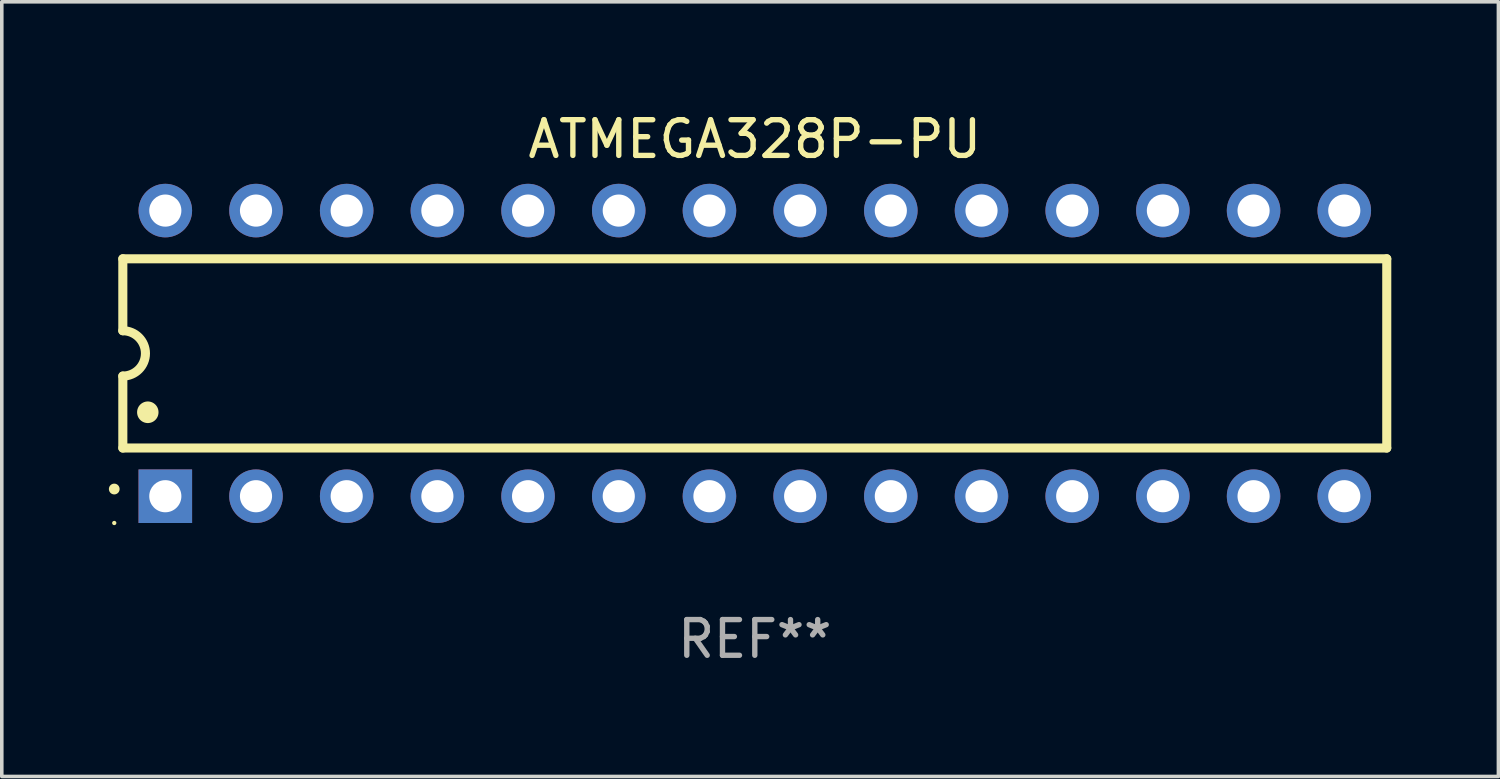
<source format=kicad_pcb>
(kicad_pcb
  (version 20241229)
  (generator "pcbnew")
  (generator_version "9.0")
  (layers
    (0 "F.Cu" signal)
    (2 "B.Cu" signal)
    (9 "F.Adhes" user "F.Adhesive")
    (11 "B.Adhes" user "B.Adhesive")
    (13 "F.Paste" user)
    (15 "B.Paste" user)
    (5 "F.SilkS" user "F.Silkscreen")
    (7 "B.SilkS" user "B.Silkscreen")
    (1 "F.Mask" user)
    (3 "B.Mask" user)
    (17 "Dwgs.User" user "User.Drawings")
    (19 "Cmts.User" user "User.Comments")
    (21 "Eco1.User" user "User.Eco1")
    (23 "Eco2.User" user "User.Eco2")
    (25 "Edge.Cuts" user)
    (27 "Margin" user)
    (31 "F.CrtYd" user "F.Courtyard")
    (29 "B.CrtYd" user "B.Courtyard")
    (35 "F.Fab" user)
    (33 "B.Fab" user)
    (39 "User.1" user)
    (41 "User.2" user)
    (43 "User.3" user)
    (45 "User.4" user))
  (footprint "ATMEGA328P-PU"
    (layer "F.Cu")
    (at 18.09 6.848)
    (property "Reference" "ATMEGA328P-PU" (at 0 -6 0) (layer "F.SilkS") (effects (font (size 1 1) (thickness 0.15))))
    (attr through_hole)
    (fp_line (start -17.7 -2.65) (end 17.7 -2.65) (stroke (width 0.254) (type solid)) (layer "F.SilkS"))
    (fp_line (start -17.7 -0.635) (end -17.7 -2.65) (stroke (width 0.254) (type solid)) (layer "F.SilkS"))
    (fp_line (start -17.7 2.65) (end -17.7 0.635) (stroke (width 0.254) (type solid)) (layer "F.SilkS"))
    (fp_line (start 17.7 -2.65) (end 17.7 2.65) (stroke (width 0.254) (type solid)) (layer "F.SilkS"))
    (fp_line (start 17.7 2.65) (end -17.7 2.65) (stroke (width 0.254) (type solid)) (layer "F.SilkS"))
    (fp_arc (start -17.940056 3.799848) (mid -17.940061 3.798578) (end -17.940056 3.797308) (stroke (width 0.3) (type solid)) (layer "F.SilkS"))
    (fp_arc (start -17.701295 -0.635001) (mid -17.066294 0) (end -17.701295 0.635001) (stroke (width 0.254001) (type solid)) (layer "F.SilkS"))
    (fp_arc (start -17.000254 1.651003) (mid -17.000265 1.648463) (end -17.000254 1.645923) (stroke (width 0.6) (type solid)) (layer "F.SilkS"))
    (fp_circle (center -17.94 4.75) (end -17.91 4.75) (stroke (width 0.06) (type solid)) (fill no) (layer "F.SilkS"))
    (fp_text user "REF**" (at 0 8 0) (layer "F.Fab") (effects (font (size 1 1) (thickness 0.15))))
    (pad "1" thru_hole rect (at -16.51 4 90) (size 1.5 1.5) (drill 0.9) (layers "*.Cu" "*.Mask"))
    (pad "2" thru_hole circle (at -13.97 4) (size 1.5 1.5) (drill 0.9) (layers "*.Cu" "*.Mask"))
    (pad "3" thru_hole circle (at -11.43 4) (size 1.5 1.5) (drill 0.9) (layers "*.Cu" "*.Mask"))
    (pad "4" thru_hole circle (at -8.89 4) (size 1.5 1.5) (drill 0.9) (layers "*.Cu" "*.Mask"))
    (pad "5" thru_hole circle (at -6.35 4) (size 1.5 1.5) (drill 0.9) (layers "*.Cu" "*.Mask"))
    (pad "6" thru_hole circle (at -3.81 4) (size 1.5 1.5) (drill 0.9) (layers "*.Cu" "*.Mask"))
    (pad "7" thru_hole circle (at -1.27 4) (size 1.5 1.5) (drill 0.9) (layers "*.Cu" "*.Mask"))
    (pad "8" thru_hole circle (at 1.27 4) (size 1.5 1.5) (drill 0.9) (layers "*.Cu" "*.Mask"))
    (pad "9" thru_hole circle (at 3.81 4) (size 1.5 1.5) (drill 0.9) (layers "*.Cu" "*.Mask"))
    (pad "10" thru_hole circle (at 6.35 4) (size 1.5 1.5) (drill 0.9) (layers "*.Cu" "*.Mask"))
    (pad "11" thru_hole circle (at 8.89 4) (size 1.5 1.5) (drill 0.9) (layers "*.Cu" "*.Mask"))
    (pad "12" thru_hole circle (at 11.43 4) (size 1.5 1.5) (drill 0.9) (layers "*.Cu" "*.Mask"))
    (pad "13" thru_hole circle (at 13.97 4) (size 1.5 1.5) (drill 0.9) (layers "*.Cu" "*.Mask"))
    (pad "14" thru_hole circle (at 16.51 4) (size 1.5 1.5) (drill 0.9) (layers "*.Cu" "*.Mask"))
    (pad "15" thru_hole circle (at 16.51 -4) (size 1.5 1.5) (drill 0.9) (layers "*.Cu" "*.Mask"))
    (pad "16" thru_hole circle (at 13.97 -4) (size 1.5 1.5) (drill 0.9) (layers "*.Cu" "*.Mask"))
    (pad "17" thru_hole circle (at 11.43 -4) (size 1.5 1.5) (drill 0.9) (layers "*.Cu" "*.Mask"))
    (pad "18" thru_hole circle (at 8.89 -4) (size 1.5 1.5) (drill 0.9) (layers "*.Cu" "*.Mask"))
    (pad "19" thru_hole circle (at 6.35 -4) (size 1.5 1.5) (drill 0.9) (layers "*.Cu" "*.Mask"))
    (pad "20" thru_hole circle (at 3.81 -4) (size 1.5 1.5) (drill 0.9) (layers "*.Cu" "*.Mask"))
    (pad "21" thru_hole circle (at 1.27 -4) (size 1.5 1.5) (drill 0.9) (layers "*.Cu" "*.Mask"))
    (pad "22" thru_hole circle (at -1.27 -4) (size 1.5 1.5) (drill 0.9) (layers "*.Cu" "*.Mask"))
    (pad "23" thru_hole circle (at -3.81 -4) (size 1.5 1.5) (drill 0.9) (layers "*.Cu" "*.Mask"))
    (pad "24" thru_hole circle (at -6.35 -4) (size 1.5 1.5) (drill 0.9) (layers "*.Cu" "*.Mask"))
    (pad "25" thru_hole circle (at -8.89 -4) (size 1.5 1.5) (drill 0.9) (layers "*.Cu" "*.Mask"))
    (pad "26" thru_hole circle (at -11.43 -4) (size 1.5 1.5) (drill 0.9) (layers "*.Cu" "*.Mask"))
    (pad "27" thru_hole circle (at -13.97 -4) (size 1.5 1.5) (drill 0.9) (layers "*.Cu" "*.Mask"))
    (pad "28" thru_hole circle (at -16.51 -4) (size 1.5 1.5) (drill 0.9) (layers "*.Cu" "*.Mask")))
  (gr_rect
    (start -3 -3)
    (end 38.917 18.697)
    (stroke (width 0.1) (type default))
    (fill no)
    (layer "Edge.Cuts")))
</source>
